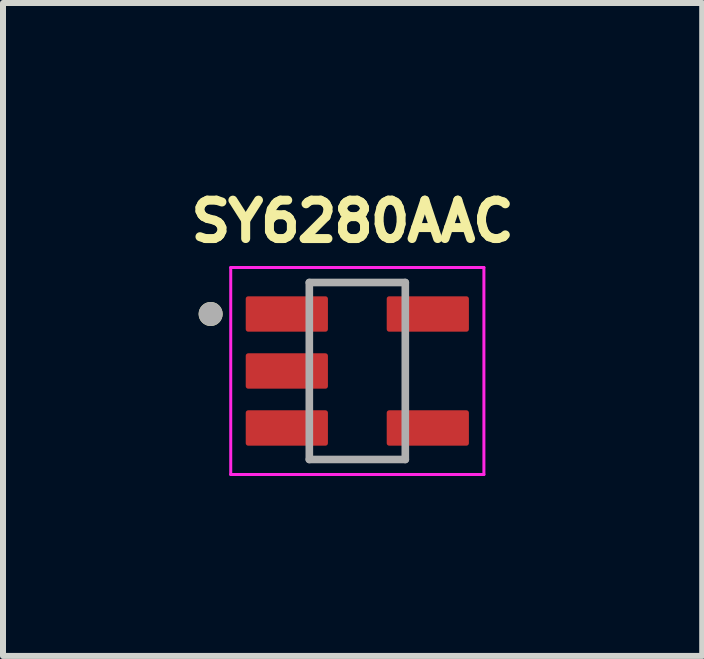
<source format=kicad_pcb>
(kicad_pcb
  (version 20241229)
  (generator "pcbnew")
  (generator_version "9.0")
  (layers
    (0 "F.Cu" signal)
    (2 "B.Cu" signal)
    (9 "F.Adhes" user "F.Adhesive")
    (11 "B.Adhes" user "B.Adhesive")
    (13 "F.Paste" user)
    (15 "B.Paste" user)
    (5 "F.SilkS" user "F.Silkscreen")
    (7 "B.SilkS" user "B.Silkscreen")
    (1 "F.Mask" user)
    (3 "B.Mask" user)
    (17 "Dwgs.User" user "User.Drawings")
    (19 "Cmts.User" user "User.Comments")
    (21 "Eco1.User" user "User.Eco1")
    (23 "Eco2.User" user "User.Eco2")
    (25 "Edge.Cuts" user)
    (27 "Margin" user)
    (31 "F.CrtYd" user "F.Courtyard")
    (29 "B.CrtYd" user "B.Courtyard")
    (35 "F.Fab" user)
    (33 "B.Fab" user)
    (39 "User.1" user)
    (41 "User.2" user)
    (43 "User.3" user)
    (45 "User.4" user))
  (footprint "SY6280AAC"
    (layer "F.Cu")
    (at 2.906 3.134)
    (property "Reference" "SY6280AAC" (at -0.078 -2.496 0) (layer "F.SilkS") (effects (font (size 0.64 0.64) (thickness 0.15))))
    (attr smd)
    (fp_circle (center -2.445 -0.95) (end -2.345 -0.95) (stroke (width 0.2) (type solid)) (fill no) (layer "F.SilkS"))
    (fp_line (start -2.11 -1.725) (end -2.11 1.725) (stroke (width 0.05) (type solid)) (layer "F.CrtYd"))
    (fp_line (start -2.11 1.725) (end 2.11 1.725) (stroke (width 0.05) (type solid)) (layer "F.CrtYd"))
    (fp_line (start 2.11 -1.725) (end -2.11 -1.725) (stroke (width 0.05) (type solid)) (layer "F.CrtYd"))
    (fp_line (start 2.11 1.725) (end 2.11 -1.725) (stroke (width 0.05) (type solid)) (layer "F.CrtYd"))
    (fp_line (start -0.8 -1.475) (end 0.8 -1.475) (stroke (width 0.127) (type solid)) (layer "F.Fab"))
    (fp_line (start -0.8 1.475) (end -0.8 -1.475) (stroke (width 0.127) (type solid)) (layer "F.Fab"))
    (fp_line (start 0.8 -1.475) (end 0.8 1.475) (stroke (width 0.127) (type solid)) (layer "F.Fab"))
    (fp_line (start 0.8 1.475) (end -0.8 1.475) (stroke (width 0.127) (type solid)) (layer "F.Fab"))
    (fp_circle (center -2.445 -0.95) (end -2.345 -0.95) (stroke (width 0.2) (type solid)) (fill no) (layer "F.Fab"))
    (pad "1" smd roundrect (at -1.175 -0.95) (size 1.37 0.59) (layers "F.Cu" "F.Mask" "F.Paste") (roundrect_rratio 0.07))
    (pad "2" smd roundrect (at -1.175 0) (size 1.37 0.59) (layers "F.Cu" "F.Mask" "F.Paste") (roundrect_rratio 0.07))
    (pad "3" smd roundrect (at -1.175 0.95) (size 1.37 0.59) (layers "F.Cu" "F.Mask" "F.Paste") (roundrect_rratio 0.07))
    (pad "4" smd roundrect (at 1.175 0.95) (size 1.37 0.59) (layers "F.Cu" "F.Mask" "F.Paste") (roundrect_rratio 0.07))
    (pad "5" smd roundrect (at 1.175 -0.95) (size 1.37 0.59) (layers "F.Cu" "F.Mask" "F.Paste") (roundrect_rratio 0.07)))
  (gr_rect
    (start -3 -3)
    (end 8.655 7.884)
    (stroke (width 0.1) (type default))
    (fill no)
    (layer "Edge.Cuts")))
</source>
